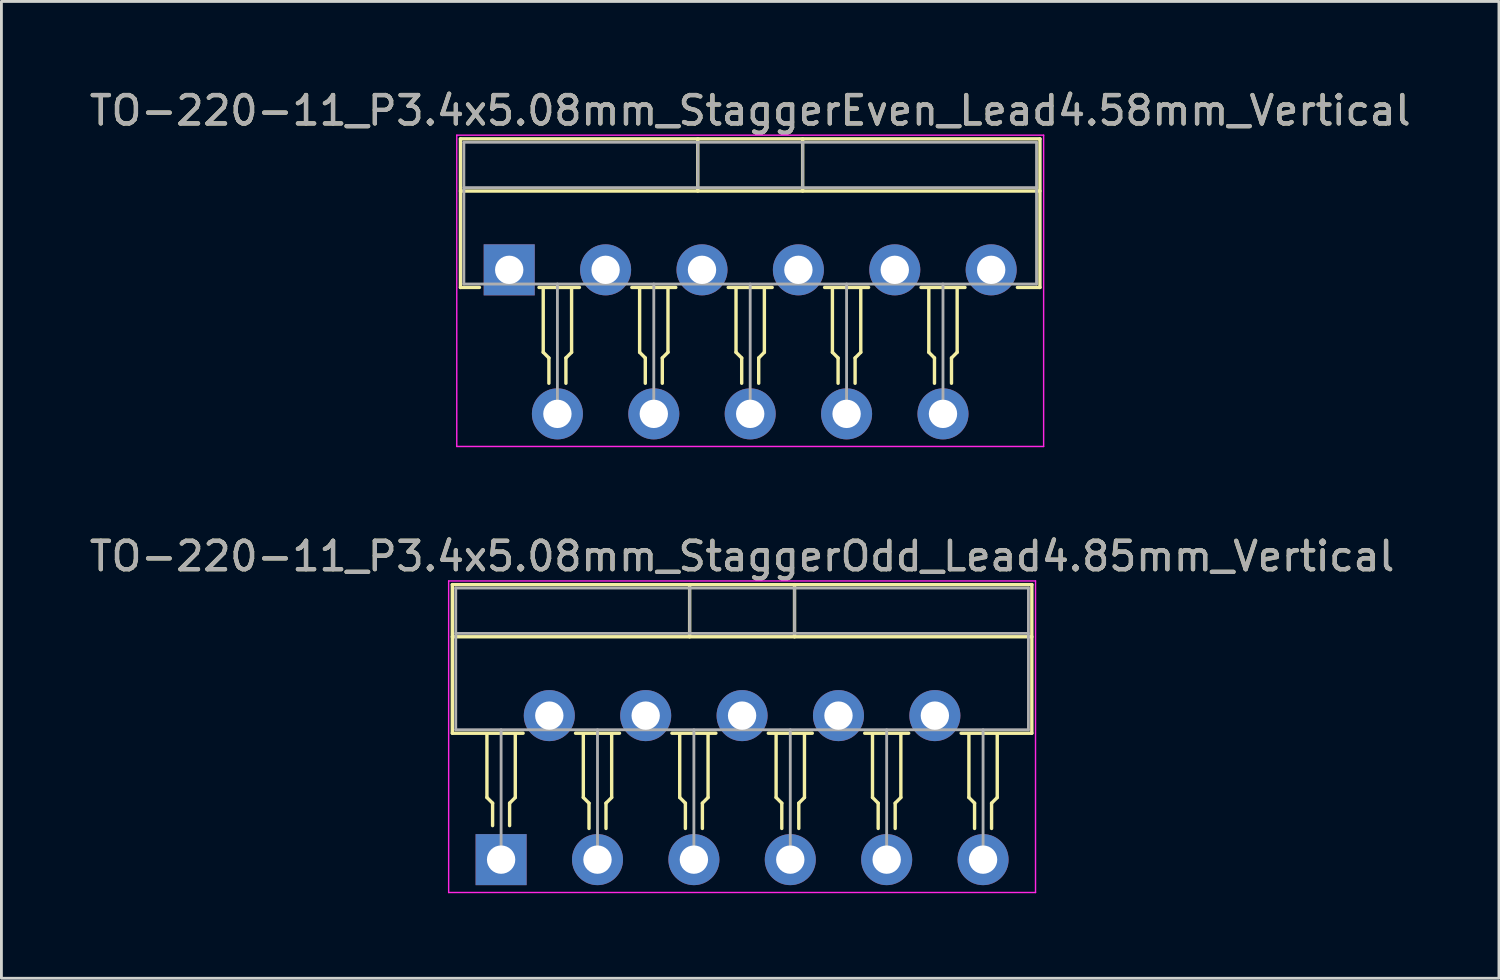
<source format=kicad_pcb>
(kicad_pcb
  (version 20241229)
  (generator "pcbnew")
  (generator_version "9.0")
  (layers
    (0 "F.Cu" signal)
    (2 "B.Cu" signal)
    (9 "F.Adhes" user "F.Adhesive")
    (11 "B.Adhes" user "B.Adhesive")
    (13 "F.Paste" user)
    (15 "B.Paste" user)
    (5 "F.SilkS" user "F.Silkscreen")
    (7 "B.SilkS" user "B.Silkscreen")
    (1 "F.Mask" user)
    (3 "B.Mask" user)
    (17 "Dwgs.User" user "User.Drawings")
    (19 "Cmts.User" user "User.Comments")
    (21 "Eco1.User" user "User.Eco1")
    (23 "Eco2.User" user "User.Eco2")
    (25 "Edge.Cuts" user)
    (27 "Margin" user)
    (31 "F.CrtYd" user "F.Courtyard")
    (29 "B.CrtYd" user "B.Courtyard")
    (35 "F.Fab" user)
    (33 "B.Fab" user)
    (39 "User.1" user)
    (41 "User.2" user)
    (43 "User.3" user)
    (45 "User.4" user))
  (footprint "TO-220-11_P3.4x5.08mm_StaggerOdd_Lead4.85mm_Vertical"
    (layer "F.Cu")
    (at 14.625 27.271)
    (property "Reference" "TO-220-11_P3.4x5.08mm_StaggerOdd_Lead4.85mm_Vertical" (at 8.5 -10.7 0) (layer "F.SilkS") (effects (font (size 1 1) (thickness 0.15))))
    (attr through_hole)
    (fp_line (start -1.72 -9.7) (end -1.72 -4.459) (stroke (width 0.12) (type solid)) (layer "F.SilkS"))
    (fp_line (start -1.72 -9.7) (end 18.72 -9.7) (stroke (width 0.12) (type solid)) (layer "F.SilkS"))
    (fp_line (start -1.72 -7.86) (end 18.72 -7.86) (stroke (width 0.12) (type solid)) (layer "F.SilkS"))
    (fp_line (start -1.72 -4.459) (end 0.776 -4.459) (stroke (width 0.12) (type solid)) (layer "F.SilkS"))
    (fp_line (start -0.5 -4.442) (end -0.5 -2.192) (stroke (width 0.12) (type solid)) (layer "F.SilkS"))
    (fp_line (start -0.5 -2.192) (end -0.3 -1.992) (stroke (width 0.12) (type solid)) (layer "F.SilkS"))
    (fp_line (start -0.3 -1.2) (end -0.3 -1.992) (stroke (width 0.12) (type solid)) (layer "F.SilkS"))
    (fp_line (start 0.3 -1.2) (end 0.3 -1.992) (stroke (width 0.12) (type solid)) (layer "F.SilkS"))
    (fp_line (start 0.5 -4.442) (end 0.5 -2.192) (stroke (width 0.12) (type solid)) (layer "F.SilkS"))
    (fp_line (start 0.5 -2.192) (end 0.3 -1.992) (stroke (width 0.12) (type solid)) (layer "F.SilkS"))
    (fp_line (start 2.625 -4.459) (end 4.176 -4.459) (stroke (width 0.12) (type solid)) (layer "F.SilkS"))
    (fp_line (start 2.9 -4.442) (end 2.9 -2.192) (stroke (width 0.12) (type solid)) (layer "F.SilkS"))
    (fp_line (start 2.9 -2.192) (end 3.1 -1.992) (stroke (width 0.12) (type solid)) (layer "F.SilkS"))
    (fp_line (start 3.1 -1.1) (end 3.1 -1.992) (stroke (width 0.12) (type solid)) (layer "F.SilkS"))
    (fp_line (start 3.7 -1.1) (end 3.7 -1.992) (stroke (width 0.12) (type solid)) (layer "F.SilkS"))
    (fp_line (start 3.9 -4.442) (end 3.9 -2.192) (stroke (width 0.12) (type solid)) (layer "F.SilkS"))
    (fp_line (start 3.9 -2.192) (end 3.7 -1.992) (stroke (width 0.12) (type solid)) (layer "F.SilkS"))
    (fp_line (start 6.025 -4.459) (end 7.576 -4.459) (stroke (width 0.12) (type solid)) (layer "F.SilkS"))
    (fp_line (start 6.3 -4.442) (end 6.3 -2.192) (stroke (width 0.12) (type solid)) (layer "F.SilkS"))
    (fp_line (start 6.3 -2.192) (end 6.5 -1.992) (stroke (width 0.12) (type solid)) (layer "F.SilkS"))
    (fp_line (start 6.5 -1.1) (end 6.5 -1.992) (stroke (width 0.12) (type solid)) (layer "F.SilkS"))
    (fp_line (start 6.65 -9.7) (end 6.65 -7.86) (stroke (width 0.12) (type solid)) (layer "F.SilkS"))
    (fp_line (start 7.1 -1.1) (end 7.1 -1.992) (stroke (width 0.12) (type solid)) (layer "F.SilkS"))
    (fp_line (start 7.3 -4.442) (end 7.3 -2.192) (stroke (width 0.12) (type solid)) (layer "F.SilkS"))
    (fp_line (start 7.3 -2.192) (end 7.1 -1.992) (stroke (width 0.12) (type solid)) (layer "F.SilkS"))
    (fp_line (start 9.425 -4.459) (end 10.976 -4.459) (stroke (width 0.12) (type solid)) (layer "F.SilkS"))
    (fp_line (start 9.7 -4.442) (end 9.7 -2.192) (stroke (width 0.12) (type solid)) (layer "F.SilkS"))
    (fp_line (start 9.7 -2.192) (end 9.9 -1.992) (stroke (width 0.12) (type solid)) (layer "F.SilkS"))
    (fp_line (start 9.9 -1.1) (end 9.9 -1.992) (stroke (width 0.12) (type solid)) (layer "F.SilkS"))
    (fp_line (start 10.35 -9.7) (end 10.35 -7.86) (stroke (width 0.12) (type solid)) (layer "F.SilkS"))
    (fp_line (start 10.5 -1.1) (end 10.5 -1.992) (stroke (width 0.12) (type solid)) (layer "F.SilkS"))
    (fp_line (start 10.7 -4.442) (end 10.7 -2.192) (stroke (width 0.12) (type solid)) (layer "F.SilkS"))
    (fp_line (start 10.7 -2.192) (end 10.5 -1.992) (stroke (width 0.12) (type solid)) (layer "F.SilkS"))
    (fp_line (start 12.825 -4.459) (end 14.376 -4.459) (stroke (width 0.12) (type solid)) (layer "F.SilkS"))
    (fp_line (start 13.1 -4.442) (end 13.1 -2.192) (stroke (width 0.12) (type solid)) (layer "F.SilkS"))
    (fp_line (start 13.1 -2.192) (end 13.3 -1.992) (stroke (width 0.12) (type solid)) (layer "F.SilkS"))
    (fp_line (start 13.3 -1.1) (end 13.3 -1.992) (stroke (width 0.12) (type solid)) (layer "F.SilkS"))
    (fp_line (start 13.9 -1.1) (end 13.9 -1.992) (stroke (width 0.12) (type solid)) (layer "F.SilkS"))
    (fp_line (start 14.1 -4.442) (end 14.1 -2.192) (stroke (width 0.12) (type solid)) (layer "F.SilkS"))
    (fp_line (start 14.1 -2.192) (end 13.9 -1.992) (stroke (width 0.12) (type solid)) (layer "F.SilkS"))
    (fp_line (start 16.225 -4.459) (end 18.72 -4.459) (stroke (width 0.12) (type solid)) (layer "F.SilkS"))
    (fp_line (start 16.5 -4.442) (end 16.5 -2.192) (stroke (width 0.12) (type solid)) (layer "F.SilkS"))
    (fp_line (start 16.5 -2.192) (end 16.7 -1.992) (stroke (width 0.12) (type solid)) (layer "F.SilkS"))
    (fp_line (start 16.7 -1.1) (end 16.7 -1.992) (stroke (width 0.12) (type solid)) (layer "F.SilkS"))
    (fp_line (start 17.3 -1.1) (end 17.3 -1.992) (stroke (width 0.12) (type solid)) (layer "F.SilkS"))
    (fp_line (start 17.5 -4.442) (end 17.5 -2.192) (stroke (width 0.12) (type solid)) (layer "F.SilkS"))
    (fp_line (start 17.5 -2.192) (end 17.3 -1.992) (stroke (width 0.12) (type solid)) (layer "F.SilkS"))
    (fp_line (start 18.72 -9.7) (end 18.72 -4.459) (stroke (width 0.12) (type solid)) (layer "F.SilkS"))
    (fp_line (start -1.85 -9.83) (end -1.85 1.16) (stroke (width 0.05) (type solid)) (layer "F.CrtYd"))
    (fp_line (start -1.85 1.16) (end 18.85 1.16) (stroke (width 0.05) (type solid)) (layer "F.CrtYd"))
    (fp_line (start 18.85 -9.83) (end -1.85 -9.83) (stroke (width 0.05) (type solid)) (layer "F.CrtYd"))
    (fp_line (start 18.85 1.16) (end 18.85 -9.83) (stroke (width 0.05) (type solid)) (layer "F.CrtYd"))
    (fp_line (start -1.6 -9.58) (end -1.6 -4.58) (stroke (width 0.1) (type solid)) (layer "F.Fab"))
    (fp_line (start -1.6 -7.98) (end 18.6 -7.98) (stroke (width 0.1) (type solid)) (layer "F.Fab"))
    (fp_line (start -1.6 -4.58) (end 18.6 -4.58) (stroke (width 0.1) (type solid)) (layer "F.Fab"))
    (fp_line (start 0 -4.58) (end 0 0) (stroke (width 0.1) (type solid)) (layer "F.Fab"))
    (fp_line (start 3.4 -4.58) (end 3.4 0) (stroke (width 0.1) (type solid)) (layer "F.Fab"))
    (fp_line (start 6.65 -9.58) (end 6.65 -7.98) (stroke (width 0.1) (type solid)) (layer "F.Fab"))
    (fp_line (start 6.8 -4.58) (end 6.8 0) (stroke (width 0.1) (type solid)) (layer "F.Fab"))
    (fp_line (start 10.2 -4.58) (end 10.2 0) (stroke (width 0.1) (type solid)) (layer "F.Fab"))
    (fp_line (start 10.35 -9.58) (end 10.35 -7.98) (stroke (width 0.1) (type solid)) (layer "F.Fab"))
    (fp_line (start 13.6 -4.58) (end 13.6 0) (stroke (width 0.1) (type solid)) (layer "F.Fab"))
    (fp_line (start 17 -4.58) (end 17 0) (stroke (width 0.1) (type solid)) (layer "F.Fab"))
    (fp_line (start 18.6 -9.58) (end -1.6 -9.58) (stroke (width 0.1) (type solid)) (layer "F.Fab"))
    (fp_line (start 18.6 -4.58) (end 18.6 -9.58) (stroke (width 0.1) (type solid)) (layer "F.Fab"))
    (fp_text user "${REFERENCE}" (at 8.5 -10.7 0) (layer "F.Fab") (effects (font (size 1 1) (thickness 0.15))))
    (pad "1" thru_hole rect (at 0 0) (size 1.8 1.8) (drill 1) (layers "*.Cu" "*.Mask"))
    (pad "2" thru_hole oval (at 1.7 -5.08) (size 1.8 1.8) (drill 1) (layers "*.Cu" "*.Mask"))
    (pad "3" thru_hole oval (at 3.4 0) (size 1.8 1.8) (drill 1) (layers "*.Cu" "*.Mask"))
    (pad "4" thru_hole oval (at 5.1 -5.08) (size 1.8 1.8) (drill 1) (layers "*.Cu" "*.Mask"))
    (pad "5" thru_hole oval (at 6.8 0) (size 1.8 1.8) (drill 1) (layers "*.Cu" "*.Mask"))
    (pad "6" thru_hole oval (at 8.5 -5.08) (size 1.8 1.8) (drill 1) (layers "*.Cu" "*.Mask"))
    (pad "7" thru_hole oval (at 10.2 0) (size 1.8 1.8) (drill 1) (layers "*.Cu" "*.Mask"))
    (pad "8" thru_hole oval (at 11.9 -5.08) (size 1.8 1.8) (drill 1) (layers "*.Cu" "*.Mask"))
    (pad "9" thru_hole oval (at 13.6 0) (size 1.8 1.8) (drill 1) (layers "*.Cu" "*.Mask"))
    (pad "10" thru_hole oval (at 15.3 -5.08) (size 1.8 1.8) (drill 1) (layers "*.Cu" "*.Mask"))
    (pad "11" thru_hole oval (at 17 0) (size 1.8 1.8) (drill 1) (layers "*.Cu" "*.Mask")))
  (footprint "TO-220-11_P3.4x5.08mm_StaggerEven_Lead4.58mm_Vertical"
    (layer "F.Cu")
    (at 14.911 6.468)
    (property "Reference" "TO-220-11_P3.4x5.08mm_StaggerEven_Lead4.58mm_Vertical" (at 8.5 -5.62 0) (layer "F.SilkS") (effects (font (size 1 1) (thickness 0.15))))
    (attr through_hole)
    (fp_line (start -1.72 -4.62) (end -1.72 0.621) (stroke (width 0.12) (type solid)) (layer "F.SilkS"))
    (fp_line (start -1.72 -4.62) (end 18.72 -4.62) (stroke (width 0.12) (type solid)) (layer "F.SilkS"))
    (fp_line (start -1.72 -2.78) (end 18.72 -2.78) (stroke (width 0.12) (type solid)) (layer "F.SilkS"))
    (fp_line (start -1.72 0.621) (end -1.05 0.621) (stroke (width 0.12) (type solid)) (layer "F.SilkS"))
    (fp_line (start 1.05 0.621) (end 2.476 0.621) (stroke (width 0.12) (type solid)) (layer "F.SilkS"))
    (fp_line (start 1.2 0.658) (end 1.2 2.908) (stroke (width 0.12) (type solid)) (layer "F.SilkS"))
    (fp_line (start 1.2 2.908) (end 1.4 3.108) (stroke (width 0.12) (type solid)) (layer "F.SilkS"))
    (fp_line (start 1.4 4) (end 1.4 3.108) (stroke (width 0.12) (type solid)) (layer "F.SilkS"))
    (fp_line (start 2 4) (end 2 3.108) (stroke (width 0.12) (type solid)) (layer "F.SilkS"))
    (fp_line (start 2.2 0.658) (end 2.2 2.908) (stroke (width 0.12) (type solid)) (layer "F.SilkS"))
    (fp_line (start 2.2 2.908) (end 2 3.108) (stroke (width 0.12) (type solid)) (layer "F.SilkS"))
    (fp_line (start 4.325 0.621) (end 5.876 0.621) (stroke (width 0.12) (type solid)) (layer "F.SilkS"))
    (fp_line (start 4.6 0.658) (end 4.6 2.908) (stroke (width 0.12) (type solid)) (layer "F.SilkS"))
    (fp_line (start 4.6 2.908) (end 4.8 3.108) (stroke (width 0.12) (type solid)) (layer "F.SilkS"))
    (fp_line (start 4.8 4) (end 4.8 3.108) (stroke (width 0.12) (type solid)) (layer "F.SilkS"))
    (fp_line (start 5.4 4) (end 5.4 3.108) (stroke (width 0.12) (type solid)) (layer "F.SilkS"))
    (fp_line (start 5.6 0.658) (end 5.6 2.908) (stroke (width 0.12) (type solid)) (layer "F.SilkS"))
    (fp_line (start 5.6 2.908) (end 5.4 3.108) (stroke (width 0.12) (type solid)) (layer "F.SilkS"))
    (fp_line (start 6.65 -4.62) (end 6.65 -2.78) (stroke (width 0.12) (type solid)) (layer "F.SilkS"))
    (fp_line (start 7.725 0.621) (end 9.276 0.621) (stroke (width 0.12) (type solid)) (layer "F.SilkS"))
    (fp_line (start 8 0.658) (end 8 2.908) (stroke (width 0.12) (type solid)) (layer "F.SilkS"))
    (fp_line (start 8 2.908) (end 8.2 3.108) (stroke (width 0.12) (type solid)) (layer "F.SilkS"))
    (fp_line (start 8.2 4) (end 8.2 3.108) (stroke (width 0.12) (type solid)) (layer "F.SilkS"))
    (fp_line (start 8.8 4) (end 8.8 3.108) (stroke (width 0.12) (type solid)) (layer "F.SilkS"))
    (fp_line (start 9 0.658) (end 9 2.908) (stroke (width 0.12) (type solid)) (layer "F.SilkS"))
    (fp_line (start 9 2.908) (end 8.8 3.108) (stroke (width 0.12) (type solid)) (layer "F.SilkS"))
    (fp_line (start 10.35 -4.62) (end 10.35 -2.78) (stroke (width 0.12) (type solid)) (layer "F.SilkS"))
    (fp_line (start 11.125 0.621) (end 12.676 0.621) (stroke (width 0.12) (type solid)) (layer "F.SilkS"))
    (fp_line (start 11.4 0.658) (end 11.4 2.908) (stroke (width 0.12) (type solid)) (layer "F.SilkS"))
    (fp_line (start 11.4 2.908) (end 11.6 3.108) (stroke (width 0.12) (type solid)) (layer "F.SilkS"))
    (fp_line (start 11.6 4) (end 11.6 3.108) (stroke (width 0.12) (type solid)) (layer "F.SilkS"))
    (fp_line (start 12.2 4) (end 12.2 3.108) (stroke (width 0.12) (type solid)) (layer "F.SilkS"))
    (fp_line (start 12.4 0.658) (end 12.4 2.908) (stroke (width 0.12) (type solid)) (layer "F.SilkS"))
    (fp_line (start 12.4 2.908) (end 12.2 3.108) (stroke (width 0.12) (type solid)) (layer "F.SilkS"))
    (fp_line (start 14.525 0.621) (end 16.076 0.621) (stroke (width 0.12) (type solid)) (layer "F.SilkS"))
    (fp_line (start 14.8 0.658) (end 14.8 2.908) (stroke (width 0.12) (type solid)) (layer "F.SilkS"))
    (fp_line (start 14.8 2.908) (end 15 3.108) (stroke (width 0.12) (type solid)) (layer "F.SilkS"))
    (fp_line (start 15 4) (end 15 3.108) (stroke (width 0.12) (type solid)) (layer "F.SilkS"))
    (fp_line (start 15.6 4) (end 15.6 3.108) (stroke (width 0.12) (type solid)) (layer "F.SilkS"))
    (fp_line (start 15.8 0.658) (end 15.8 2.908) (stroke (width 0.12) (type solid)) (layer "F.SilkS"))
    (fp_line (start 15.8 2.908) (end 15.6 3.108) (stroke (width 0.12) (type solid)) (layer "F.SilkS"))
    (fp_line (start 17.925 0.621) (end 18.72 0.621) (stroke (width 0.12) (type solid)) (layer "F.SilkS"))
    (fp_line (start 18.72 -4.62) (end 18.72 0.621) (stroke (width 0.12) (type solid)) (layer "F.SilkS"))
    (fp_line (start -1.85 -4.75) (end -1.85 6.23) (stroke (width 0.05) (type solid)) (layer "F.CrtYd"))
    (fp_line (start -1.85 6.23) (end 18.85 6.23) (stroke (width 0.05) (type solid)) (layer "F.CrtYd"))
    (fp_line (start 18.85 -4.75) (end -1.85 -4.75) (stroke (width 0.05) (type solid)) (layer "F.CrtYd"))
    (fp_line (start 18.85 6.23) (end 18.85 -4.75) (stroke (width 0.05) (type solid)) (layer "F.CrtYd"))
    (fp_line (start -1.6 -4.5) (end -1.6 0.5) (stroke (width 0.1) (type solid)) (layer "F.Fab"))
    (fp_line (start -1.6 -2.9) (end 18.6 -2.9) (stroke (width 0.1) (type solid)) (layer "F.Fab"))
    (fp_line (start -1.6 0.5) (end 18.6 0.5) (stroke (width 0.1) (type solid)) (layer "F.Fab"))
    (fp_line (start 1.7 0.5) (end 1.7 5.08) (stroke (width 0.1) (type solid)) (layer "F.Fab"))
    (fp_line (start 5.1 0.5) (end 5.1 5.08) (stroke (width 0.1) (type solid)) (layer "F.Fab"))
    (fp_line (start 6.65 -4.5) (end 6.65 -2.9) (stroke (width 0.1) (type solid)) (layer "F.Fab"))
    (fp_line (start 8.5 0.5) (end 8.5 5.08) (stroke (width 0.1) (type solid)) (layer "F.Fab"))
    (fp_line (start 10.35 -4.5) (end 10.35 -2.9) (stroke (width 0.1) (type solid)) (layer "F.Fab"))
    (fp_line (start 11.9 0.5) (end 11.9 5.08) (stroke (width 0.1) (type solid)) (layer "F.Fab"))
    (fp_line (start 15.3 0.5) (end 15.3 5.08) (stroke (width 0.1) (type solid)) (layer "F.Fab"))
    (fp_line (start 18.6 -4.5) (end -1.6 -4.5) (stroke (width 0.1) (type solid)) (layer "F.Fab"))
    (fp_line (start 18.6 0.5) (end 18.6 -4.5) (stroke (width 0.1) (type solid)) (layer "F.Fab"))
    (fp_text user "${REFERENCE}" (at 8.5 -5.62 0) (layer "F.Fab") (effects (font (size 1 1) (thickness 0.15))))
    (pad "1" thru_hole rect (at 0 0) (size 1.8 1.8) (drill 1) (layers "*.Cu" "*.Mask"))
    (pad "2" thru_hole oval (at 1.7 5.08) (size 1.8 1.8) (drill 1) (layers "*.Cu" "*.Mask"))
    (pad "3" thru_hole oval (at 3.4 0) (size 1.8 1.8) (drill 1) (layers "*.Cu" "*.Mask"))
    (pad "4" thru_hole oval (at 5.1 5.08) (size 1.8 1.8) (drill 1) (layers "*.Cu" "*.Mask"))
    (pad "5" thru_hole oval (at 6.8 0) (size 1.8 1.8) (drill 1) (layers "*.Cu" "*.Mask"))
    (pad "6" thru_hole oval (at 8.5 5.08) (size 1.8 1.8) (drill 1) (layers "*.Cu" "*.Mask"))
    (pad "7" thru_hole oval (at 10.2 0) (size 1.8 1.8) (drill 1) (layers "*.Cu" "*.Mask"))
    (pad "8" thru_hole oval (at 11.9 5.08) (size 1.8 1.8) (drill 1) (layers "*.Cu" "*.Mask"))
    (pad "9" thru_hole oval (at 13.6 0) (size 1.8 1.8) (drill 1) (layers "*.Cu" "*.Mask"))
    (pad "10" thru_hole oval (at 15.3 5.08) (size 1.8 1.8) (drill 1) (layers "*.Cu" "*.Mask"))
    (pad "11" thru_hole oval (at 17 0) (size 1.8 1.8) (drill 1) (layers "*.Cu" "*.Mask")))
  (gr_rect
    (start -3 -3)
    (end 49.821 31.456)
    (stroke (width 0.1) (type default))
    (fill no)
    (layer "Edge.Cuts")))
</source>
